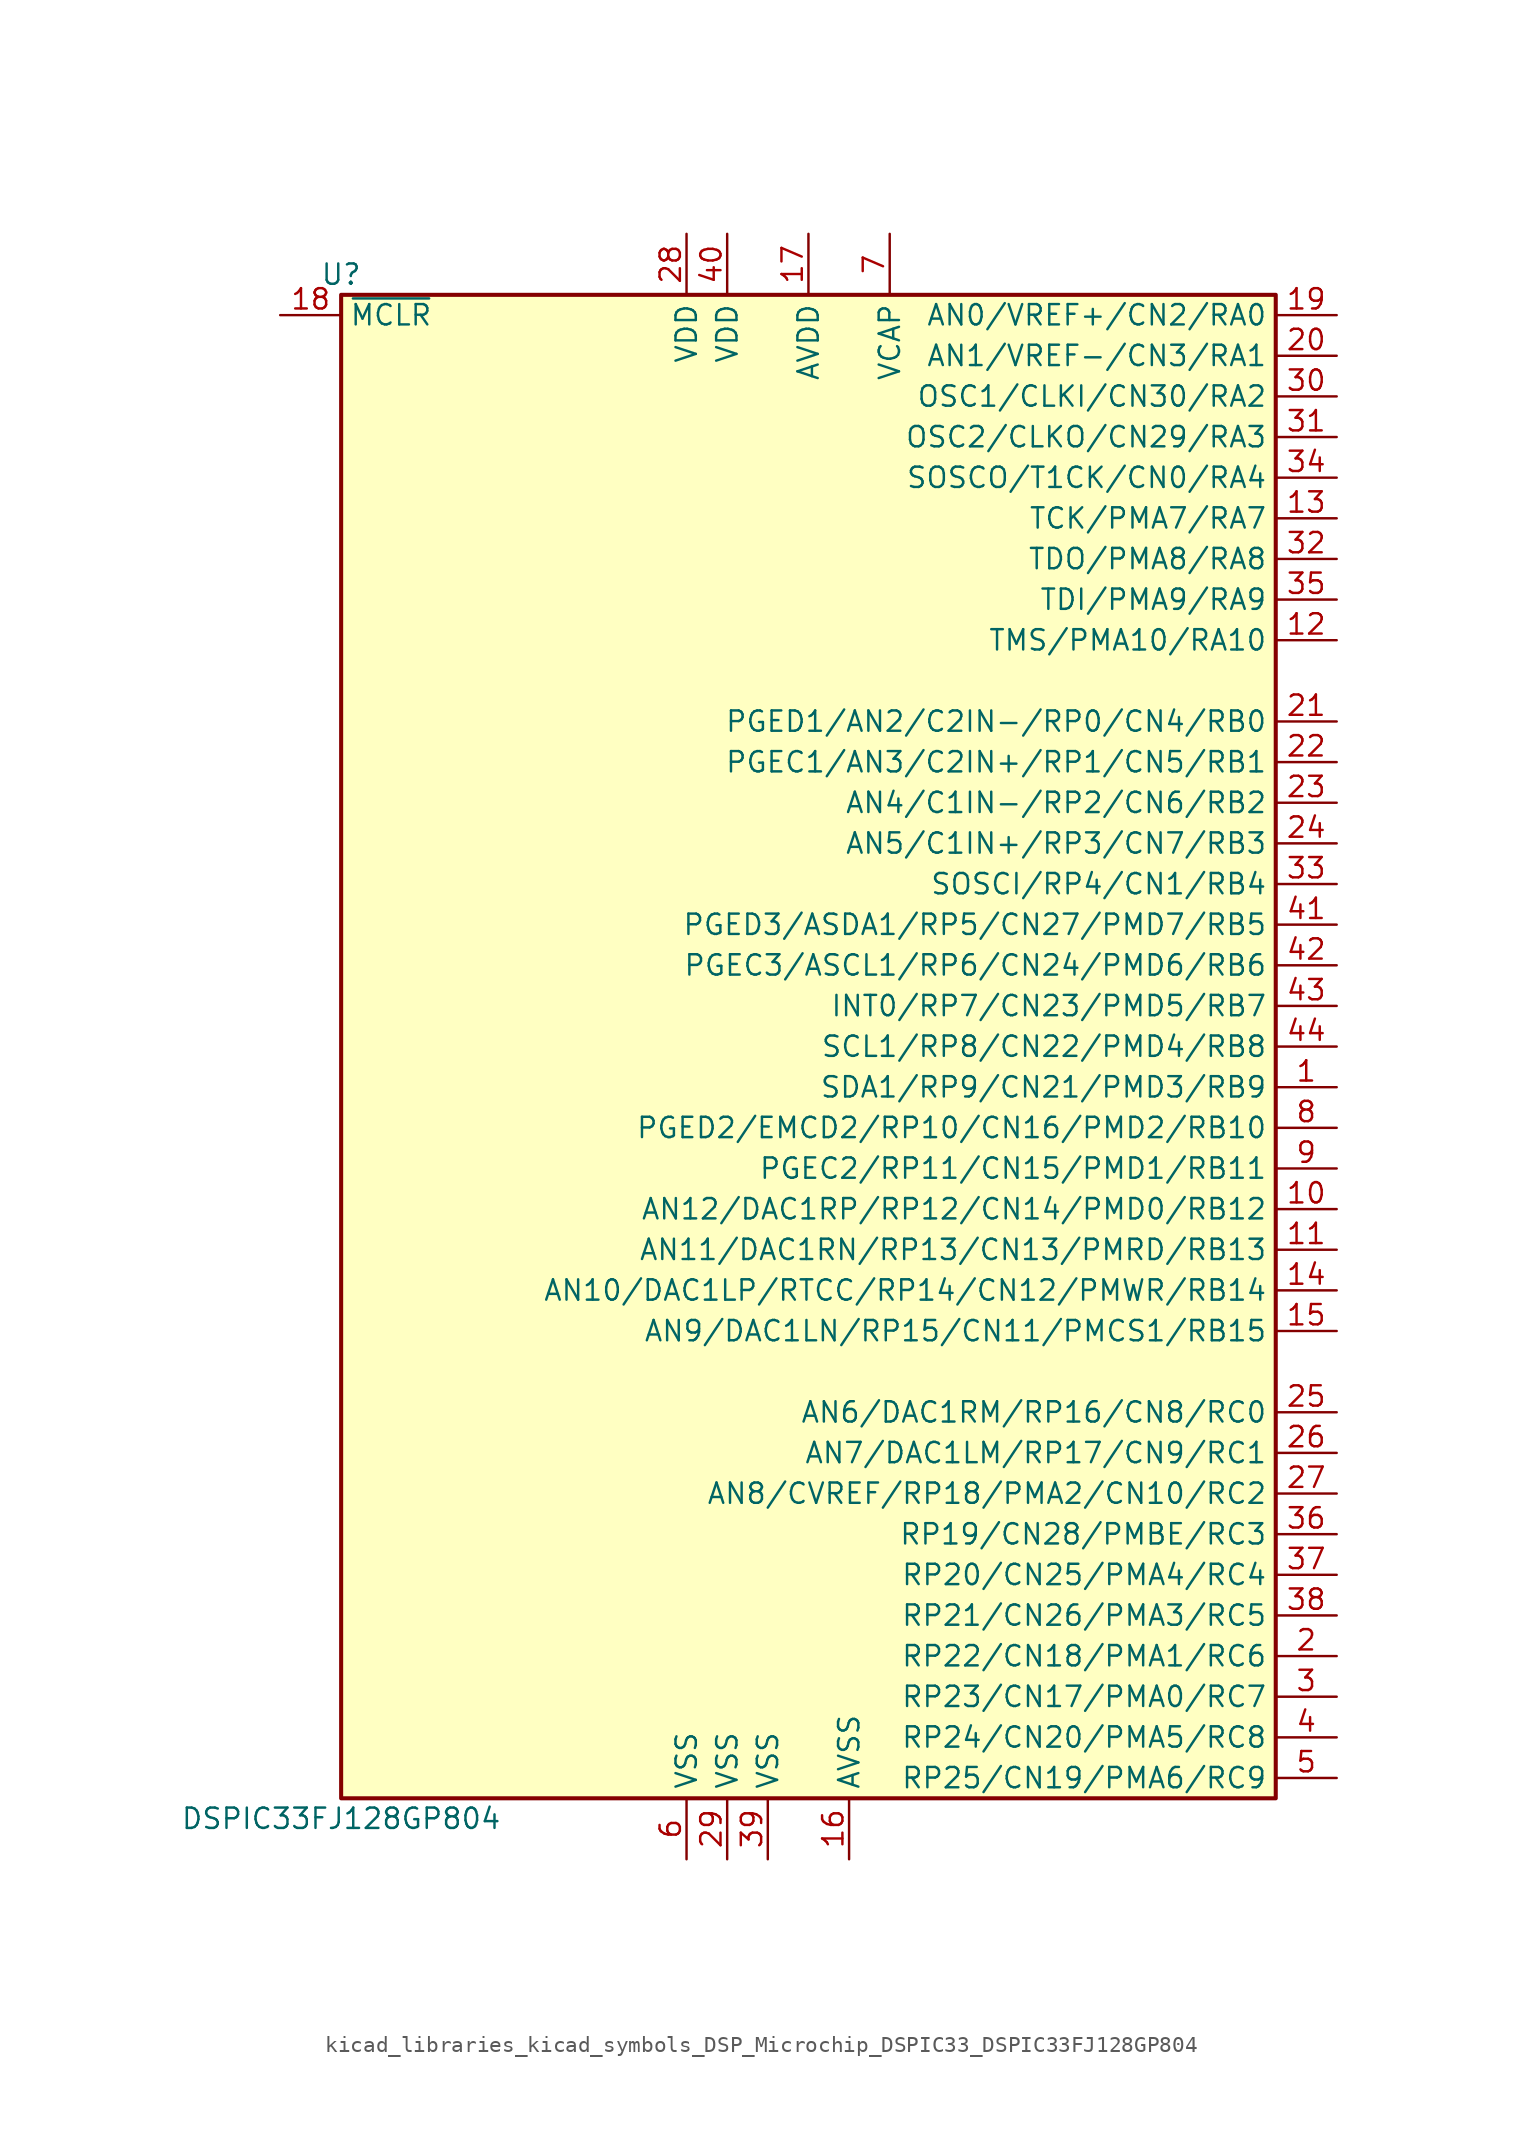
<source format=kicad_sym>
(kicad_symbol_lib
  (version 20220914)
  (generator kicad_symbol_editor)
  (symbol "kicad_libraries_kicad_symbols_DSP_Microchip_DSPIC33_DSPIC33FJ128GP804"
    (property "Reference" "U"
      (at -29.21 48.26 0)
      (effects (font (size 1.27 1.27))))
    (property "Value" "DSPIC33FJ128GP804"
      (at -29.21 -48.26 0)
      (effects (font (size 1.27 1.27))))
    (symbol "kicad_libraries_kicad_symbols_DSP_Microchip_DSPIC33_DSPIC33FJ128GP804_1_1"
      (rectangle (start -29.21 46.99) (end 29.21 -46.99) (stroke (width 0.254) (type default)) (fill (type background)))
      (pin bidirectional line (at 33.02 -2.54 180) (length 3.81) (name "SDA1/RP9/CN21/PMD3/RB9" (effects (font (size 1.27 1.27)))) (number "1" (effects (font (size 1.27 1.27)))))
      (pin bidirectional line (at 33.02 -10.16 180) (length 3.81) (name "AN12/DAC1RP/RP12/CN14/PMD0/RB12" (effects (font (size 1.27 1.27)))) (number "10" (effects (font (size 1.27 1.27)))))
      (pin bidirectional line (at 33.02 -12.7 180) (length 3.81) (name "AN11/DAC1RN/RP13/CN13/PMRD/RB13" (effects (font (size 1.27 1.27)))) (number "11" (effects (font (size 1.27 1.27)))))
      (pin bidirectional line (at 33.02 25.4 180) (length 3.81) (name "TMS/PMA10/RA10" (effects (font (size 1.27 1.27)))) (number "12" (effects (font (size 1.27 1.27)))))
      (pin bidirectional line (at 33.02 33.02 180) (length 3.81) (name "TCK/PMA7/RA7" (effects (font (size 1.27 1.27)))) (number "13" (effects (font (size 1.27 1.27)))))
      (pin bidirectional line (at 33.02 -15.24 180) (length 3.81) (name "AN10/DAC1LP/RTCC/RP14/CN12/PMWR/RB14" (effects (font (size 1.27 1.27)))) (number "14" (effects (font (size 1.27 1.27)))))
      (pin bidirectional line (at 33.02 -17.78 180) (length 3.81) (name "AN9/DAC1LN/RP15/CN11/PMCS1/RB15" (effects (font (size 1.27 1.27)))) (number "15" (effects (font (size 1.27 1.27)))))
      (pin power_in line (at 2.54 -50.8 90) (length 3.81) (name "AVSS" (effects (font (size 1.27 1.27)))) (number "16" (effects (font (size 1.27 1.27)))))
      (pin power_in line (at 0 50.8 270) (length 3.81) (name "AVDD" (effects (font (size 1.27 1.27)))) (number "17" (effects (font (size 1.27 1.27)))))
      (pin input line (at -33.02 45.72 0) (length 3.81) (name "~{MCLR}" (effects (font (size 1.27 1.27)))) (number "18" (effects (font (size 1.27 1.27)))))
      (pin bidirectional line (at 33.02 45.72 180) (length 3.81) (name "AN0/VREF+/CN2/RA0" (effects (font (size 1.27 1.27)))) (number "19" (effects (font (size 1.27 1.27)))))
      (pin bidirectional line (at 33.02 -38.1 180) (length 3.81) (name "RP22/CN18/PMA1/RC6" (effects (font (size 1.27 1.27)))) (number "2" (effects (font (size 1.27 1.27)))))
      (pin bidirectional line (at 33.02 43.18 180) (length 3.81) (name "AN1/VREF-/CN3/RA1" (effects (font (size 1.27 1.27)))) (number "20" (effects (font (size 1.27 1.27)))))
      (pin bidirectional line (at 33.02 20.32 180) (length 3.81) (name "PGED1/AN2/C2IN-/RP0/CN4/RB0" (effects (font (size 1.27 1.27)))) (number "21" (effects (font (size 1.27 1.27)))))
      (pin bidirectional line (at 33.02 17.78 180) (length 3.81) (name "PGEC1/AN3/C2IN+/RP1/CN5/RB1" (effects (font (size 1.27 1.27)))) (number "22" (effects (font (size 1.27 1.27)))))
      (pin bidirectional line (at 33.02 15.24 180) (length 3.81) (name "AN4/C1IN-/RP2/CN6/RB2" (effects (font (size 1.27 1.27)))) (number "23" (effects (font (size 1.27 1.27)))))
      (pin bidirectional line (at 33.02 12.7 180) (length 3.81) (name "AN5/C1IN+/RP3/CN7/RB3" (effects (font (size 1.27 1.27)))) (number "24" (effects (font (size 1.27 1.27)))))
      (pin bidirectional line (at 33.02 -22.86 180) (length 3.81) (name "AN6/DAC1RM/RP16/CN8/RC0" (effects (font (size 1.27 1.27)))) (number "25" (effects (font (size 1.27 1.27)))))
      (pin bidirectional line (at 33.02 -25.4 180) (length 3.81) (name "AN7/DAC1LM/RP17/CN9/RC1" (effects (font (size 1.27 1.27)))) (number "26" (effects (font (size 1.27 1.27)))))
      (pin bidirectional line (at 33.02 -27.94 180) (length 3.81) (name "AN8/CVREF/RP18/PMA2/CN10/RC2" (effects (font (size 1.27 1.27)))) (number "27" (effects (font (size 1.27 1.27)))))
      (pin power_in line (at -7.62 50.8 270) (length 3.81) (name "VDD" (effects (font (size 1.27 1.27)))) (number "28" (effects (font (size 1.27 1.27)))))
      (pin power_in line (at -5.08 -50.8 90) (length 3.81) (name "VSS" (effects (font (size 1.27 1.27)))) (number "29" (effects (font (size 1.27 1.27)))))
      (pin bidirectional line (at 33.02 -40.64 180) (length 3.81) (name "RP23/CN17/PMA0/RC7" (effects (font (size 1.27 1.27)))) (number "3" (effects (font (size 1.27 1.27)))))
      (pin input line (at 33.02 40.64 180) (length 3.81) (name "OSC1/CLKI/CN30/RA2" (effects (font (size 1.27 1.27)))) (number "30" (effects (font (size 1.27 1.27)))))
      (pin input line (at 33.02 38.1 180) (length 3.81) (name "OSC2/CLKO/CN29/RA3" (effects (font (size 1.27 1.27)))) (number "31" (effects (font (size 1.27 1.27)))))
      (pin input line (at 33.02 30.48 180) (length 3.81) (name "TDO/PMA8/RA8" (effects (font (size 1.27 1.27)))) (number "32" (effects (font (size 1.27 1.27)))))
      (pin input line (at 33.02 10.16 180) (length 3.81) (name "SOSCI/RP4/CN1/RB4" (effects (font (size 1.27 1.27)))) (number "33" (effects (font (size 1.27 1.27)))))
      (pin input line (at 33.02 35.56 180) (length 3.81) (name "SOSCO/T1CK/CN0/RA4" (effects (font (size 1.27 1.27)))) (number "34" (effects (font (size 1.27 1.27)))))
      (pin input line (at 33.02 27.94 180) (length 3.81) (name "TDI/PMA9/RA9" (effects (font (size 1.27 1.27)))) (number "35" (effects (font (size 1.27 1.27)))))
      (pin input line (at 33.02 -30.48 180) (length 3.81) (name "RP19/CN28/PMBE/RC3" (effects (font (size 1.27 1.27)))) (number "36" (effects (font (size 1.27 1.27)))))
      (pin input line (at 33.02 -33.02 180) (length 3.81) (name "RP20/CN25/PMA4/RC4" (effects (font (size 1.27 1.27)))) (number "37" (effects (font (size 1.27 1.27)))))
      (pin input line (at 33.02 -35.56 180) (length 3.81) (name "RP21/CN26/PMA3/RC5" (effects (font (size 1.27 1.27)))) (number "38" (effects (font (size 1.27 1.27)))))
      (pin power_in line (at -2.54 -50.8 90) (length 3.81) (name "VSS" (effects (font (size 1.27 1.27)))) (number "39" (effects (font (size 1.27 1.27)))))
      (pin bidirectional line (at 33.02 -43.18 180) (length 3.81) (name "RP24/CN20/PMA5/RC8" (effects (font (size 1.27 1.27)))) (number "4" (effects (font (size 1.27 1.27)))))
      (pin power_in line (at -5.08 50.8 270) (length 3.81) (name "VDD" (effects (font (size 1.27 1.27)))) (number "40" (effects (font (size 1.27 1.27)))))
      (pin input line (at 33.02 7.62 180) (length 3.81) (name "PGED3/ASDA1/RP5/CN27/PMD7/RB5" (effects (font (size 1.27 1.27)))) (number "41" (effects (font (size 1.27 1.27)))))
      (pin input line (at 33.02 5.08 180) (length 3.81) (name "PGEC3/ASCL1/RP6/CN24/PMD6/RB6" (effects (font (size 1.27 1.27)))) (number "42" (effects (font (size 1.27 1.27)))))
      (pin input line (at 33.02 2.54 180) (length 3.81) (name "INT0/RP7/CN23/PMD5/RB7" (effects (font (size 1.27 1.27)))) (number "43" (effects (font (size 1.27 1.27)))))
      (pin input line (at 33.02 0 180) (length 3.81) (name "SCL1/RP8/CN22/PMD4/RB8" (effects (font (size 1.27 1.27)))) (number "44" (effects (font (size 1.27 1.27)))))
      (pin bidirectional line (at 33.02 -45.72 180) (length 3.81) (name "RP25/CN19/PMA6/RC9" (effects (font (size 1.27 1.27)))) (number "5" (effects (font (size 1.27 1.27)))))
      (pin power_in line (at -7.62 -50.8 90) (length 3.81) (name "VSS" (effects (font (size 1.27 1.27)))) (number "6" (effects (font (size 1.27 1.27)))))
      (pin power_in line (at 5.08 50.8 270) (length 3.81) (name "VCAP" (effects (font (size 1.27 1.27)))) (number "7" (effects (font (size 1.27 1.27)))))
      (pin bidirectional line (at 33.02 -5.08 180) (length 3.81) (name "PGED2/EMCD2/RP10/CN16/PMD2/RB10" (effects (font (size 1.27 1.27)))) (number "8" (effects (font (size 1.27 1.27)))))
      (pin bidirectional line (at 33.02 -7.62 180) (length 3.81) (name "PGEC2/RP11/CN15/PMD1/RB11" (effects (font (size 1.27 1.27)))) (number "9" (effects (font (size 1.27 1.27))))))))
</source>
